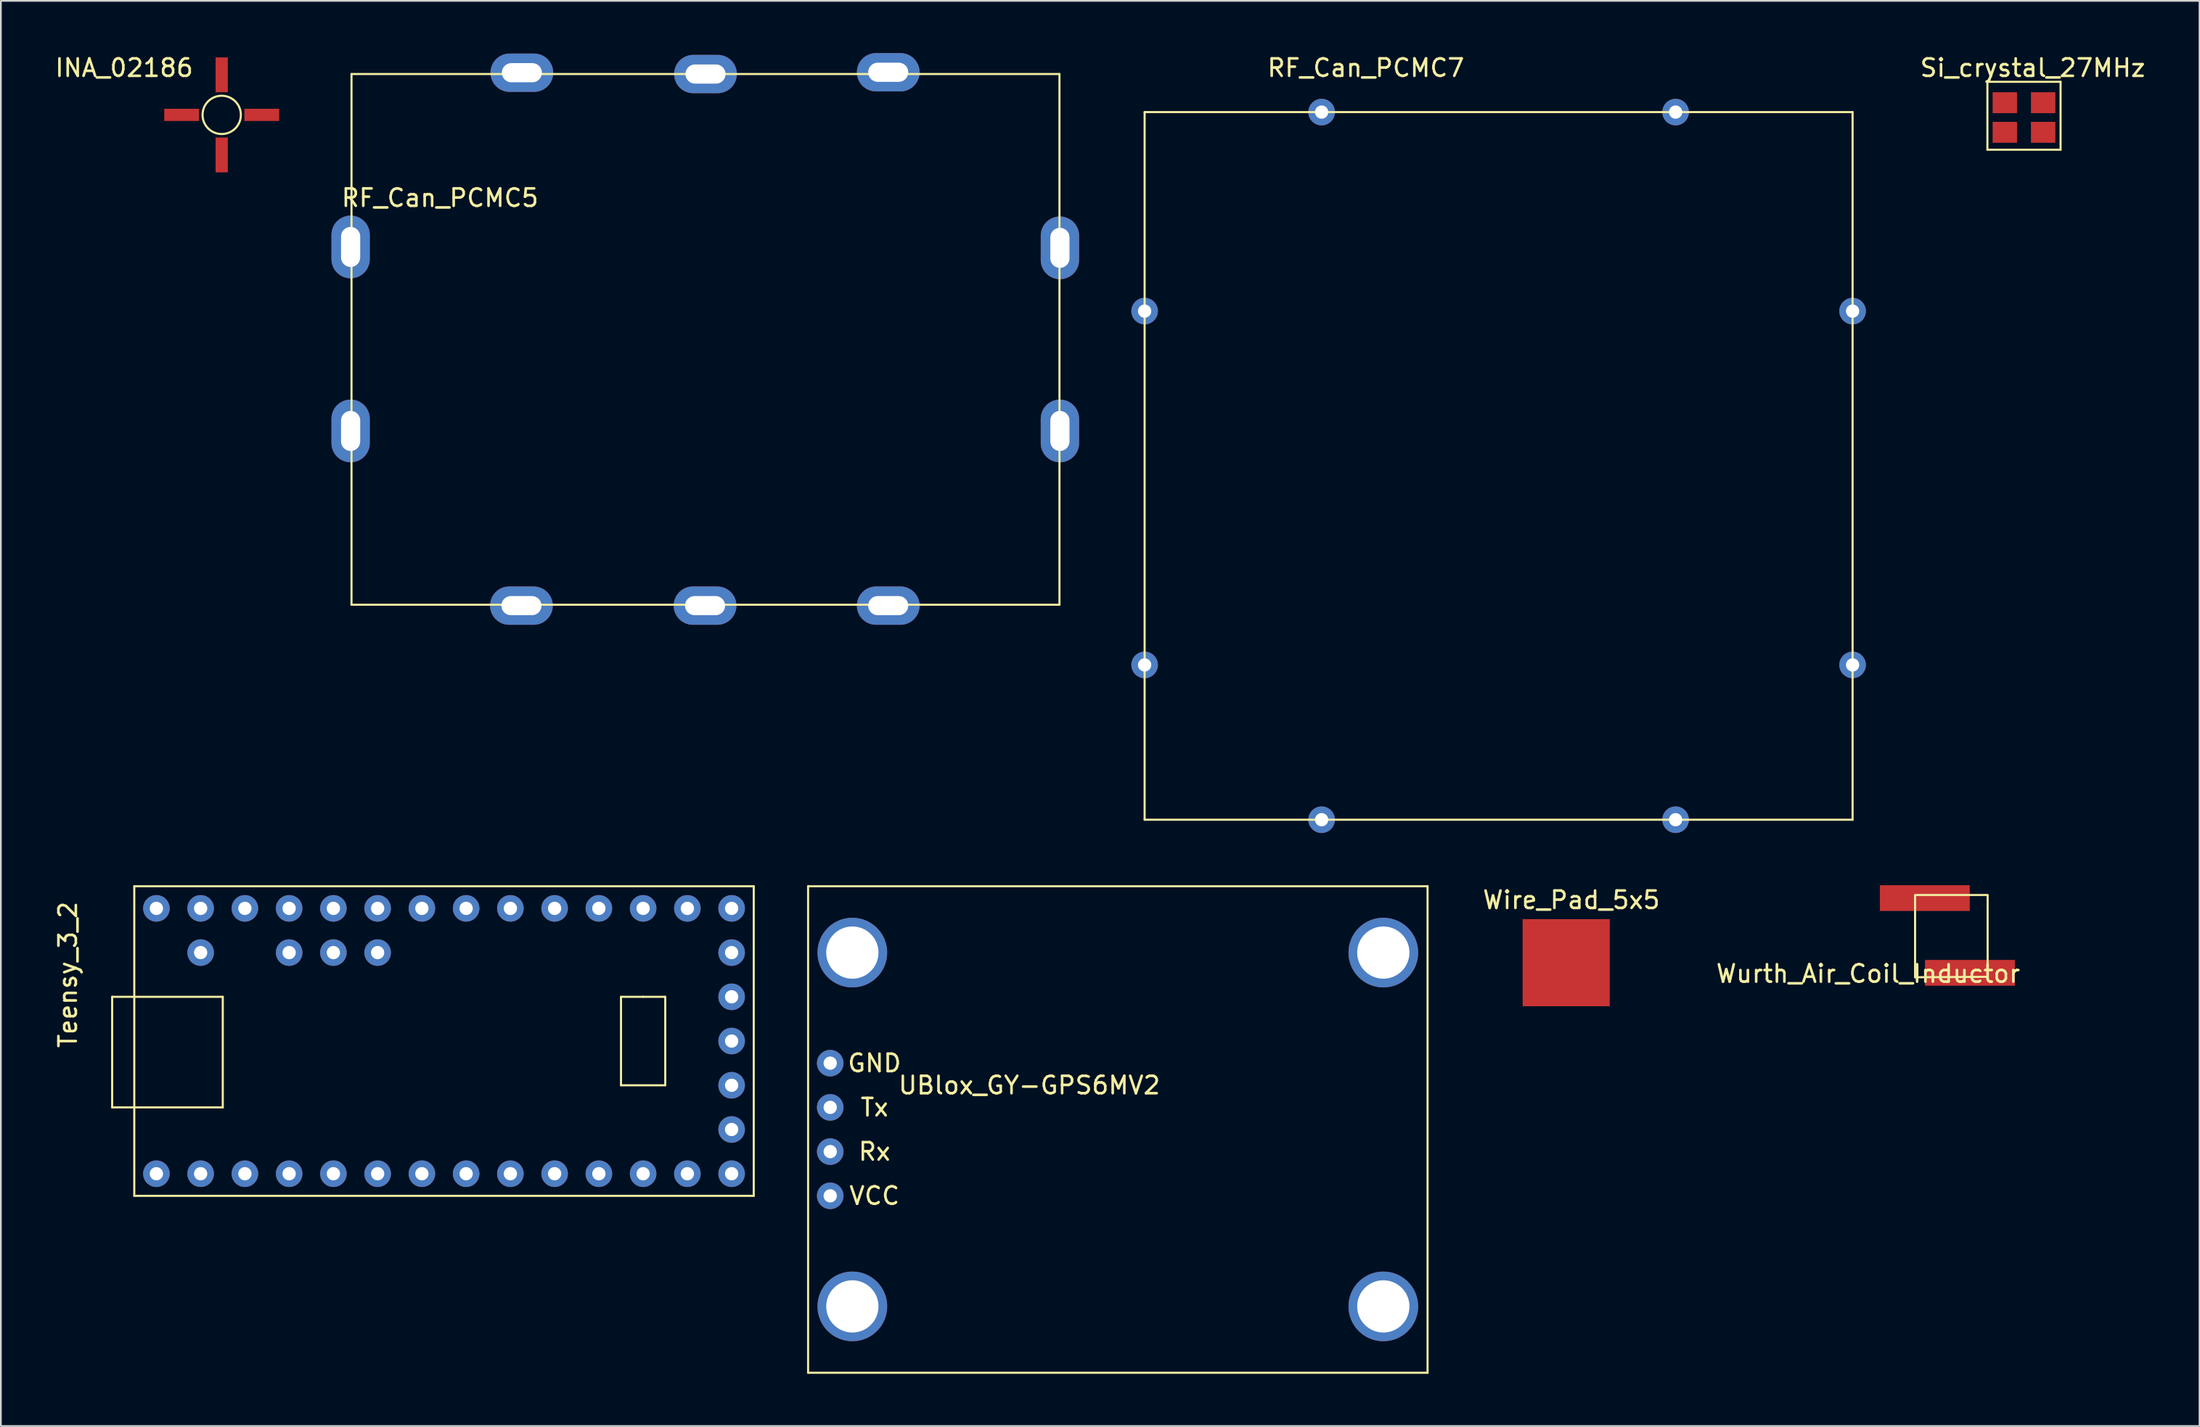
<source format=kicad_pcb>
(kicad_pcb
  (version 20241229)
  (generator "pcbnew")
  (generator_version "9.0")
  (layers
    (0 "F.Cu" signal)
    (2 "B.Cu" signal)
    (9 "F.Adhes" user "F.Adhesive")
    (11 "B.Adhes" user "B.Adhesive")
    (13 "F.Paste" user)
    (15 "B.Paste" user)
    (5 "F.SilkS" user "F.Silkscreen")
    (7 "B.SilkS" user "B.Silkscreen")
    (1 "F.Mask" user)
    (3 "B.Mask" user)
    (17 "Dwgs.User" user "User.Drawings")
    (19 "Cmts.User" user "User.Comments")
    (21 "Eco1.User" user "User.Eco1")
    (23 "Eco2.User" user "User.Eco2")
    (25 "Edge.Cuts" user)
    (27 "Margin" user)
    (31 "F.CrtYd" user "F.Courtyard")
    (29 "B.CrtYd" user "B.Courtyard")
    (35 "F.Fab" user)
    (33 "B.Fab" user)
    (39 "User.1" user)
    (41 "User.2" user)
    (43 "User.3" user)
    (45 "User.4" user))
  (footprint "Wurth_Air_Coil_Inductor"
    (layer "F.Cu")
    (at 108.864 50.765)
    (property "Reference" "Wurth_Air_Coil_Inductor" (at -4.674 2.108 0) (layer "F.SilkS") (effects (font (size 1 1) (thickness 0.15))))
    (attr through_hole)
    (fp_line (start -1.981 -2.413) (end 2.184 -2.413) (stroke (width 0.12) (type solid)) (layer "F.SilkS"))
    (fp_line (start -1.981 2.311) (end -1.981 -2.388) (stroke (width 0.12) (type solid)) (layer "F.SilkS"))
    (fp_line (start 2.184 -2.388) (end 2.184 2.286) (stroke (width 0.12) (type solid)) (layer "F.SilkS"))
    (fp_line (start 2.184 2.286) (end -1.981 2.311) (stroke (width 0.12) (type solid)) (layer "F.SilkS"))
    (pad "1" smd rect (at -1.422 -2.235) (size 5.16 1.48) (layers "F.Cu" "F.Mask" "F.Paste"))
    (pad "2" smd rect (at 1.168 2.057) (size 5.16 1.48) (layers "F.Cu" "F.Mask" "F.Paste")))
  (footprint "Wire_Pad_5x5"
    (layer "F.Cu")
    (at 86.955 48.639)
    (property "Reference" "Wire_Pad_5x5" (at 0.2 0 0) (layer "F.SilkS") (effects (font (size 1 1) (thickness 0.15))))
    (attr through_hole)
    (pad "1" smd rect (at -0.1 3.6) (size 5 5) (layers "F.Cu" "F.Mask" "F.Paste")))
  (footprint "RF_Can_PCMC7"
    (layer "F.Cu")
    (at 82.976 23.708)
    (property "Reference" "RF_Can_PCMC7" (at -7.62 -22.86 0) (layer "F.SilkS") (effects (font (size 1 1) (thickness 0.15))))
    (attr through_hole)
    (fp_line (start -20.32 -20.32) (end 20.32 -20.32) (stroke (width 0.12) (type solid)) (layer "F.SilkS"))
    (fp_line (start -20.32 20.32) (end -20.32 -20.32) (stroke (width 0.12) (type solid)) (layer "F.SilkS"))
    (fp_line (start 20.32 -20.32) (end 20.32 20.32) (stroke (width 0.12) (type solid)) (layer "F.SilkS"))
    (fp_line (start 20.32 20.32) (end -20.32 20.32) (stroke (width 0.12) (type solid)) (layer "F.SilkS"))
    (pad "1" thru_hole circle (at -10.16 -20.32) (size 1.524 1.524) (drill 0.762) (layers "*.Cu" "*.Mask"))
    (pad "2" thru_hole circle (at 10.16 -20.32) (size 1.524 1.524) (drill 0.762) (layers "*.Cu" "*.Mask"))
    (pad "3" thru_hole circle (at 20.32 -8.89) (size 1.524 1.524) (drill 0.762) (layers "*.Cu" "*.Mask"))
    (pad "4" thru_hole circle (at 20.32 11.43) (size 1.524 1.524) (drill 0.762) (layers "*.Cu" "*.Mask"))
    (pad "5" thru_hole circle (at 10.16 20.32) (size 1.524 1.524) (drill 0.762) (layers "*.Cu" "*.Mask"))
    (pad "6" thru_hole circle (at -10.16 20.32) (size 1.524 1.524) (drill 0.762) (layers "*.Cu" "*.Mask"))
    (pad "7" thru_hole circle (at -20.32 11.43) (size 1.524 1.524) (drill 0.762) (layers "*.Cu" "*.Mask"))
    (pad "8" thru_hole circle (at -20.32 -8.89) (size 1.524 1.524) (drill 0.762) (layers "*.Cu" "*.Mask")))
  (footprint "INA_02186"
    (layer "F.Cu")
    (at 9.677 3.548)
    (property "Reference" "INA_02186" (at -5.6 -2.7 0) (layer "F.SilkS") (effects (font (size 1 1) (thickness 0.15))))
    (attr through_hole)
    (fp_circle (center 0 0) (end 1.1 0) (stroke (width 0.12) (type solid)) (fill no) (layer "F.SilkS"))
    (pad "1" smd rect (at -2.3 0 90) (size 0.7 2) (layers "F.Cu" "F.Mask" "F.Paste"))
    (pad "2" smd rect (at 0 2.3) (size 0.7 2) (layers "F.Cu" "F.Mask" "F.Paste"))
    (pad "3" smd rect (at 2.3 0 90) (size 0.7 2) (layers "F.Cu" "F.Mask" "F.Paste"))
    (pad "4" smd rect (at 0 -2.3 180) (size 0.7 2) (layers "F.Cu" "F.Mask" "F.Paste")))
  (footprint "RF_Can_PCMC5"
    (layer "F.Cu")
    (at 37.194 16.696)
    (property "Reference" "RF_Can_PCMC5" (at -14.986 -8.382 0) (layer "F.SilkS") (effects (font (size 1 1) (thickness 0.15))))
    (attr through_hole)
    (fp_line (start -20.066 -15.494) (end 20.574 -15.494) (stroke (width 0.12) (type solid)) (layer "F.SilkS"))
    (fp_line (start -20.066 14.986) (end -20.066 -15.494) (stroke (width 0.12) (type solid)) (layer "F.SilkS"))
    (fp_line (start 20.574 -15.494) (end 20.574 14.986) (stroke (width 0.12) (type solid)) (layer "F.SilkS"))
    (fp_line (start 20.574 14.986) (end -20.066 14.986) (stroke (width 0.12) (type solid)) (layer "F.SilkS"))
    (pad "1" thru_hole oval (at 0.254 -15.494) (size 3.6 2.2) (drill oval 2.3 1.1) (layers "*.Cu" "*.Mask"))
    (pad "2" thru_hole oval (at 10.744 -15.596) (size 3.6 2.2) (drill oval 2.3 1.1) (layers "*.Cu" "*.Mask"))
    (pad "3" thru_hole oval (at -10.287 -15.57) (size 3.6 2.2) (drill oval 2.3 1.1) (layers "*.Cu" "*.Mask"))
    (pad "4" thru_hole oval (at 0.229 15.037) (size 3.6 2.2) (drill oval 2.3 1.1) (layers "*.Cu" "*.Mask"))
    (pad "5" thru_hole oval (at 10.744 15.037) (size 3.6 2.2) (drill oval 2.3 1.1) (layers "*.Cu" "*.Mask"))
    (pad "6" thru_hole oval (at -10.312 15.037) (size 3.6 2.2) (drill oval 2.3 1.1) (layers "*.Cu" "*.Mask"))
    (pad "7" thru_hole oval (at 20.599 -5.512 90) (size 3.6 2.2) (drill oval 2.3 1.1) (layers "*.Cu" "*.Mask"))
    (pad "8" thru_hole oval (at 20.599 5.004 90) (size 3.6 2.2) (drill oval 2.3 1.1) (layers "*.Cu" "*.Mask"))
    (pad "9" thru_hole oval (at -20.117 5.004 90) (size 3.6 2.2) (drill oval 2.3 1.1) (layers "*.Cu" "*.Mask"))
    (pad "10" thru_hole oval (at -20.117 -5.563 90) (size 3.6 2.2) (drill oval 2.3 1.1) (layers "*.Cu" "*.Mask")))
  (footprint "Si_crystal_27MHz"
    (layer "F.Cu")
    (at 113.035 3.648)
    (property "Reference" "Si_crystal_27MHz" (at 0.6 -2.8 0) (layer "F.SilkS") (effects (font (size 1 1) (thickness 0.15))))
    (attr through_hole)
    (fp_line (start -2 -2) (end 2.2 -2) (stroke (width 0.12) (type solid)) (layer "F.SilkS"))
    (fp_line (start -2 1.9) (end -2 -2) (stroke (width 0.12) (type solid)) (layer "F.SilkS"))
    (fp_line (start 2.2 -2) (end 2.2 1.9) (stroke (width 0.12) (type solid)) (layer "F.SilkS"))
    (fp_line (start 2.2 1.9) (end -2 1.9) (stroke (width 0.12) (type solid)) (layer "F.SilkS"))
    (pad "1" smd rect (at -1 0.9) (size 1.4 1.2) (layers "F.Cu" "F.Mask" "F.Paste"))
    (pad "2" smd rect (at 1.2 0.9) (size 1.4 1.2) (layers "F.Cu" "F.Mask" "F.Paste"))
    (pad "3" smd rect (at 1.2 -0.8) (size 1.4 1.2) (layers "F.Cu" "F.Mask" "F.Paste"))
    (pad "4" smd rect (at -1 -0.8) (size 1.4 1.2) (layers "F.Cu" "F.Mask" "F.Paste")))
  (footprint "UBlox_GY-GPS6MV2"
    (layer "F.Cu")
    (at 59.848 61.82)
    (property "Reference" "UBlox_GY-GPS6MV2" (at -3.81 -2.54 0) (layer "F.SilkS") (effects (font (size 1 1) (thickness 0.15))))
    (attr through_hole)
    (fp_line (start -16.51 -13.97) (end 19.05 -13.97) (stroke (width 0.12) (type solid)) (layer "F.SilkS"))
    (fp_line (start -16.51 13.97) (end -16.51 -13.97) (stroke (width 0.12) (type solid)) (layer "F.SilkS"))
    (fp_line (start 19.05 -13.97) (end 19.05 13.97) (stroke (width 0.12) (type solid)) (layer "F.SilkS"))
    (fp_line (start 19.05 13.97) (end -16.51 13.97) (stroke (width 0.12) (type solid)) (layer "F.SilkS"))
    (fp_text user "GND" (at -12.7 -3.81 0) (layer "F.SilkS") (effects (font (size 1 1) (thickness 0.15))))
    (fp_text user "Rx" (at -12.7 1.27 0) (layer "F.SilkS") (effects (font (size 1 1) (thickness 0.15))))
    (fp_text user "Tx" (at -12.7 -1.27 0) (layer "F.SilkS") (effects (font (size 1 1) (thickness 0.15))))
    (fp_text user "VCC" (at -12.7 3.81 0) (layer "F.SilkS") (effects (font (size 1 1) (thickness 0.15))))
    (pad "1" thru_hole circle (at -15.24 -3.81) (size 1.524 1.524) (drill 0.762) (layers "*.Cu" "*.Mask"))
    (pad "2" thru_hole circle (at -15.24 -1.27) (size 1.524 1.524) (drill 0.762) (layers "*.Cu" "*.Mask"))
    (pad "3" thru_hole circle (at -15.24 1.27) (size 1.524 1.524) (drill 0.762) (layers "*.Cu" "*.Mask"))
    (pad "4" thru_hole circle (at -15.24 3.81) (size 1.524 1.524) (drill 0.762) (layers "*.Cu" "*.Mask"))
    (pad "5" thru_hole circle (at -13.97 -10.16) (size 4 4) (drill 3) (layers "*.Cu" "*.Mask"))
    (pad "6" thru_hole circle (at 16.51 -10.16) (size 4 4) (drill 3) (layers "*.Cu" "*.Mask"))
    (pad "7" thru_hole circle (at 16.51 10.16) (size 4 4) (drill 3) (layers "*.Cu" "*.Mask"))
    (pad "8" thru_hole circle (at -13.97 10.16) (size 4 4) (drill 3) (layers "*.Cu" "*.Mask")))
  (footprint "Teensy_3_2"
    (layer "F.Cu")
    (at 21.168 56.74)
    (property "Reference" "Teensy_3_2" (at -20.32 -3.81 90) (layer "F.SilkS") (effects (font (size 1 1) (thickness 0.15))))
    (attr through_hole)
    (fp_line (start -17.78 -2.54) (end -11.43 -2.54) (stroke (width 0.12) (type solid)) (layer "F.SilkS"))
    (fp_line (start -17.78 3.81) (end -17.78 -2.54) (stroke (width 0.12) (type solid)) (layer "F.SilkS"))
    (fp_line (start -16.51 -8.89) (end 19.05 -8.89) (stroke (width 0.12) (type solid)) (layer "F.SilkS"))
    (fp_line (start -16.51 8.89) (end -16.51 -8.89) (stroke (width 0.12) (type solid)) (layer "F.SilkS"))
    (fp_line (start -11.43 -2.54) (end -11.43 3.81) (stroke (width 0.12) (type solid)) (layer "F.SilkS"))
    (fp_line (start -11.43 3.81) (end -17.78 3.81) (stroke (width 0.12) (type solid)) (layer "F.SilkS"))
    (fp_line (start 11.43 -2.54) (end 12.7 -2.54) (stroke (width 0.12) (type solid)) (layer "F.SilkS"))
    (fp_line (start 11.43 2.54) (end 11.43 -2.54) (stroke (width 0.12) (type solid)) (layer "F.SilkS"))
    (fp_line (start 12.7 -2.54) (end 13.97 -2.54) (stroke (width 0.12) (type solid)) (layer "F.SilkS"))
    (fp_line (start 13.97 -2.54) (end 13.97 2.54) (stroke (width 0.12) (type solid)) (layer "F.SilkS"))
    (fp_line (start 13.97 2.54) (end 11.43 2.54) (stroke (width 0.12) (type solid)) (layer "F.SilkS"))
    (fp_line (start 19.05 -8.89) (end 19.05 8.89) (stroke (width 0.12) (type solid)) (layer "F.SilkS"))
    (fp_line (start 19.05 8.89) (end -16.51 8.89) (stroke (width 0.12) (type solid)) (layer "F.SilkS"))
    (pad "1" thru_hole circle (at -15.24 7.62) (size 1.524 1.524) (drill 0.762) (layers "*.Cu" "*.Mask"))
    (pad "2" thru_hole circle (at -12.7 7.62) (size 1.524 1.524) (drill 0.762) (layers "*.Cu" "*.Mask"))
    (pad "3" thru_hole circle (at -10.16 7.62) (size 1.524 1.524) (drill 0.762) (layers "*.Cu" "*.Mask"))
    (pad "4" thru_hole circle (at -7.62 7.62) (size 1.524 1.524) (drill 0.762) (layers "*.Cu" "*.Mask"))
    (pad "5" thru_hole circle (at -5.08 7.62) (size 1.524 1.524) (drill 0.762) (layers "*.Cu" "*.Mask"))
    (pad "6" thru_hole circle (at -2.54 7.62) (size 1.524 1.524) (drill 0.762) (layers "*.Cu" "*.Mask"))
    (pad "7" thru_hole circle (at 0 7.62) (size 1.524 1.524) (drill 0.762) (layers "*.Cu" "*.Mask"))
    (pad "8" thru_hole circle (at 2.54 7.62) (size 1.524 1.524) (drill 0.762) (layers "*.Cu" "*.Mask"))
    (pad "9" thru_hole circle (at 5.08 7.62) (size 1.524 1.524) (drill 0.762) (layers "*.Cu" "*.Mask"))
    (pad "10" thru_hole circle (at 7.62 7.62) (size 1.524 1.524) (drill 0.762) (layers "*.Cu" "*.Mask"))
    (pad "11" thru_hole circle (at 10.16 7.62) (size 1.524 1.524) (drill 0.762) (layers "*.Cu" "*.Mask"))
    (pad "12" thru_hole circle (at 12.7 7.62) (size 1.524 1.524) (drill 0.762) (layers "*.Cu" "*.Mask"))
    (pad "13" thru_hole circle (at 15.24 7.62) (size 1.524 1.524) (drill 0.762) (layers "*.Cu" "*.Mask"))
    (pad "14" thru_hole circle (at 17.78 7.62) (size 1.524 1.524) (drill 0.762) (layers "*.Cu" "*.Mask"))
    (pad "15" thru_hole circle (at 17.78 5.08) (size 1.524 1.524) (drill 0.762) (layers "*.Cu" "*.Mask"))
    (pad "16" thru_hole circle (at 17.78 2.54) (size 1.524 1.524) (drill 0.762) (layers "*.Cu" "*.Mask"))
    (pad "17" thru_hole circle (at 17.78 0) (size 1.524 1.524) (drill 0.762) (layers "*.Cu" "*.Mask"))
    (pad "18" thru_hole circle (at 17.78 -2.54) (size 1.524 1.524) (drill 0.762) (layers "*.Cu" "*.Mask"))
    (pad "19" thru_hole circle (at 17.78 -5.08) (size 1.524 1.524) (drill 0.762) (layers "*.Cu" "*.Mask"))
    (pad "20" thru_hole circle (at 17.78 -7.62) (size 1.524 1.524) (drill 0.762) (layers "*.Cu" "*.Mask"))
    (pad "21" thru_hole circle (at 15.24 -7.62) (size 1.524 1.524) (drill 0.762) (layers "*.Cu" "*.Mask"))
    (pad "22" thru_hole circle (at 12.7 -7.62) (size 1.524 1.524) (drill 0.762) (layers "*.Cu" "*.Mask"))
    (pad "23" thru_hole circle (at 10.16 -7.62) (size 1.524 1.524) (drill 0.762) (layers "*.Cu" "*.Mask"))
    (pad "24" thru_hole circle (at 7.62 -7.62) (size 1.524 1.524) (drill 0.762) (layers "*.Cu" "*.Mask"))
    (pad "25" thru_hole circle (at 5.08 -7.62) (size 1.524 1.524) (drill 0.762) (layers "*.Cu" "*.Mask"))
    (pad "26" thru_hole circle (at 2.54 -7.62) (size 1.524 1.524) (drill 0.762) (layers "*.Cu" "*.Mask"))
    (pad "27" thru_hole circle (at 0 -7.62) (size 1.524 1.524) (drill 0.762) (layers "*.Cu" "*.Mask"))
    (pad "28" thru_hole circle (at -2.54 -7.62) (size 1.524 1.524) (drill 0.762) (layers "*.Cu" "*.Mask"))
    (pad "29" thru_hole circle (at -5.08 -7.62) (size 1.524 1.524) (drill 0.762) (layers "*.Cu" "*.Mask"))
    (pad "30" thru_hole circle (at -7.62 -7.62) (size 1.524 1.524) (drill 0.762) (layers "*.Cu" "*.Mask"))
    (pad "31" thru_hole circle (at -10.16 -7.62) (size 1.524 1.524) (drill 0.762) (layers "*.Cu" "*.Mask"))
    (pad "32" thru_hole circle (at -12.7 -7.62) (size 1.524 1.524) (drill 0.762) (layers "*.Cu" "*.Mask"))
    (pad "33" thru_hole circle (at -15.24 -7.62) (size 1.524 1.524) (drill 0.762) (layers "*.Cu" "*.Mask"))
    (pad "34" thru_hole circle (at -12.7 -5.08) (size 1.524 1.524) (drill 0.762) (layers "*.Cu" "*.Mask"))
    (pad "35" thru_hole circle (at -7.62 -5.08) (size 1.524 1.524) (drill 0.762) (layers "*.Cu" "*.Mask"))
    (pad "36" thru_hole circle (at -5.08 -5.08) (size 1.524 1.524) (drill 0.762) (layers "*.Cu" "*.Mask"))
    (pad "37" thru_hole circle (at -2.54 -5.08) (size 1.524 1.524) (drill 0.762) (layers "*.Cu" "*.Mask")))
  (gr_rect
    (start -3 -3)
    (end 123.212 78.85)
    (stroke (width 0.1) (type default))
    (fill no)
    (layer "Edge.Cuts")))
</source>
